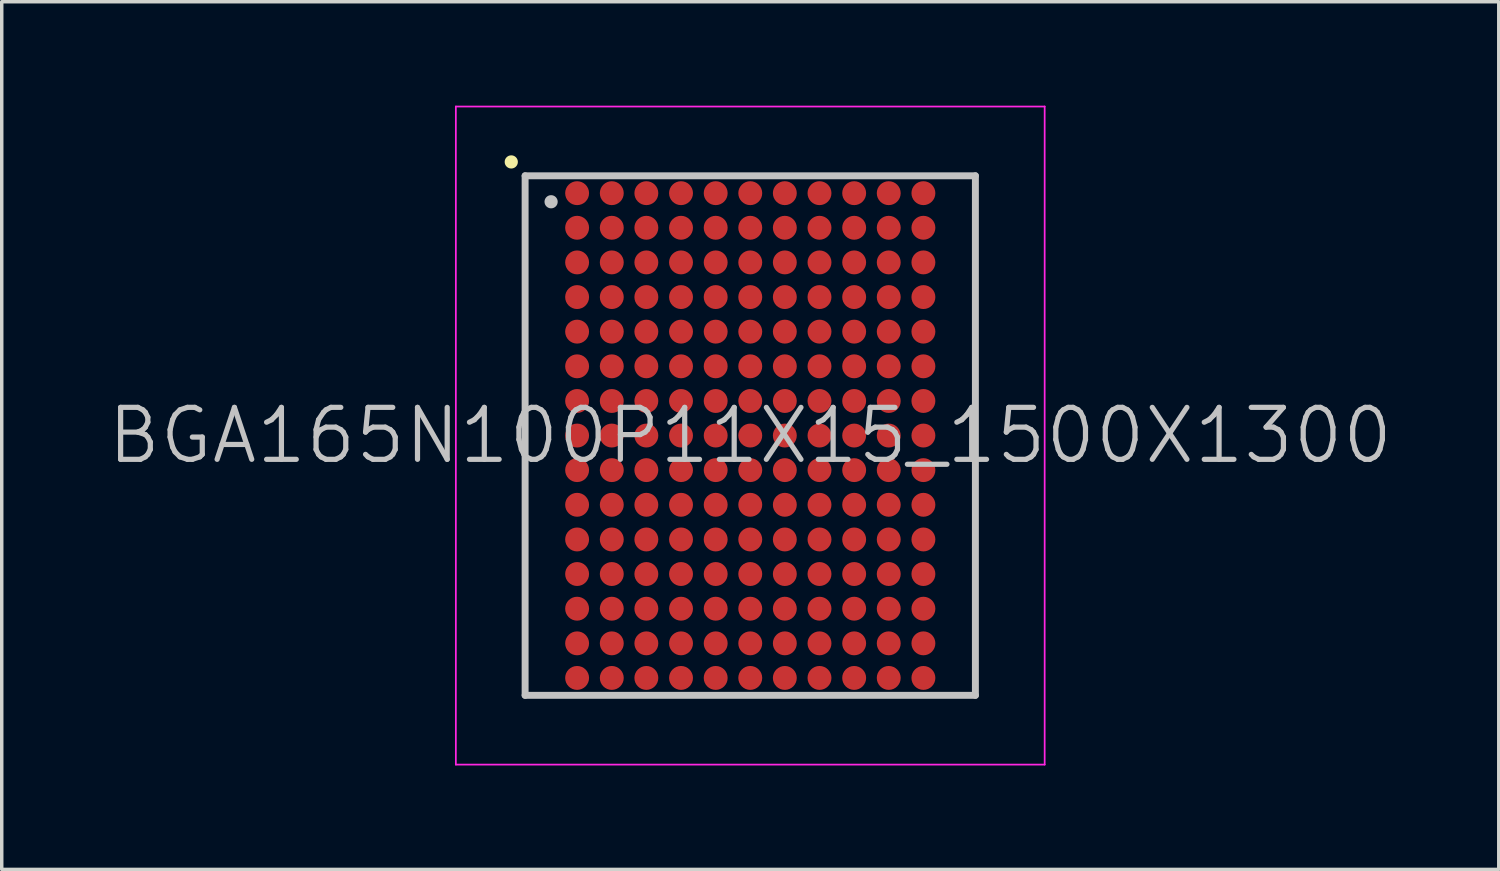
<source format=kicad_pcb>
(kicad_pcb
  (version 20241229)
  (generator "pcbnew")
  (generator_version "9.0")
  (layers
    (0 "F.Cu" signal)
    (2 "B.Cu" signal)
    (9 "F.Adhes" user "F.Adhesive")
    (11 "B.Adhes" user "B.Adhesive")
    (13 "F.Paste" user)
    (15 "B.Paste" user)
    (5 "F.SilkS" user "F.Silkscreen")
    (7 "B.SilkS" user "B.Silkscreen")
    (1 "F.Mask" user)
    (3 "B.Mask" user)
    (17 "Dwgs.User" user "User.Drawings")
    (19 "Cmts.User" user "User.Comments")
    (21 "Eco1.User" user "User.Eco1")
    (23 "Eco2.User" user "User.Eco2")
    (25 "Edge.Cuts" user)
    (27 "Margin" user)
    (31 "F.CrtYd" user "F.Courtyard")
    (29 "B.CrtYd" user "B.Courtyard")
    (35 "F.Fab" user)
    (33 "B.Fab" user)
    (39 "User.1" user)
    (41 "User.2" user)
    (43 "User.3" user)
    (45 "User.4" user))
  (footprint "BGA165N100P11X15_1500X1300"
    (layer "F.Cu")
    (at 18.611 9.525)
    (property "Reference" "BGA165N100P11X15_1500X1300" (at 0 0 0) (layer "Dwgs.User") (effects (font (size 1.5 1.5) (thickness 0.15))))
    (attr smd)
    (fp_line (start -6.9 -7.9) (end -6.9 -7.9) (stroke (width 0.381) (type solid)) (layer "F.SilkS"))
    (fp_line (start -6.5 -7.5) (end -6.5 7.5) (stroke (width 0.2) (type solid)) (layer "Dwgs.User"))
    (fp_line (start -6.5 -7.5) (end 6.5 -7.5) (stroke (width 0.2) (type solid)) (layer "Dwgs.User"))
    (fp_line (start -6.5 7.5) (end 6.5 7.5) (stroke (width 0.2) (type solid)) (layer "Dwgs.User"))
    (fp_line (start -5.75 -6.75) (end -5.75 -6.75) (stroke (width 0.381) (type solid)) (layer "Dwgs.User"))
    (fp_line (start 6.5 -7.5) (end 6.5 7.5) (stroke (width 0.2) (type solid)) (layer "Dwgs.User"))
    (fp_line (start -8.5 -9.5) (end -8.5 9.5) (stroke (width 0.05) (type solid)) (layer "F.CrtYd"))
    (fp_line (start -8.5 -9.5) (end 8.5 -9.5) (stroke (width 0.05) (type solid)) (layer "F.CrtYd"))
    (fp_line (start -8.5 9.5) (end 8.5 9.5) (stroke (width 0.05) (type solid)) (layer "F.CrtYd"))
    (fp_line (start 8.5 -9.5) (end 8.5 9.5) (stroke (width 0.05) (type solid)) (layer "F.CrtYd"))
    (pad "A1" smd circle (at -4.999 -6.998 270) (size 0.69 0.69) (layers "F.Cu" "F.Mask" "F.Paste"))
    (pad "A2" smd circle (at -3.998 -6.998 270) (size 0.69 0.69) (layers "F.Cu" "F.Mask" "F.Paste"))
    (pad "A3" smd circle (at -3 -6.998 270) (size 0.69 0.69) (layers "F.Cu" "F.Mask" "F.Paste"))
    (pad "A4" smd circle (at -1.999 -6.998 270) (size 0.69 0.69) (layers "F.Cu" "F.Mask" "F.Paste"))
    (pad "A5" smd circle (at -0.998 -6.998 270) (size 0.69 0.69) (layers "F.Cu" "F.Mask" "F.Paste"))
    (pad "A6" smd circle (at 0 -6.998 270) (size 0.69 0.69) (layers "F.Cu" "F.Mask" "F.Paste"))
    (pad "A7" smd circle (at 0.998 -6.998 270) (size 0.69 0.69) (layers "F.Cu" "F.Mask" "F.Paste"))
    (pad "A8" smd circle (at 1.999 -6.998 270) (size 0.69 0.69) (layers "F.Cu" "F.Mask" "F.Paste"))
    (pad "A9" smd circle (at 3 -6.998 270) (size 0.69 0.69) (layers "F.Cu" "F.Mask" "F.Paste"))
    (pad "A10" smd circle (at 3.998 -6.998 270) (size 0.69 0.69) (layers "F.Cu" "F.Mask" "F.Paste"))
    (pad "A11" smd circle (at 4.999 -6.998 270) (size 0.69 0.69) (layers "F.Cu" "F.Mask" "F.Paste"))
    (pad "B1" smd circle (at -4.999 -5.999 270) (size 0.69 0.69) (layers "F.Cu" "F.Mask" "F.Paste"))
    (pad "B2" smd circle (at -3.998 -5.999 270) (size 0.69 0.69) (layers "F.Cu" "F.Mask" "F.Paste"))
    (pad "B3" smd circle (at -3 -5.999 270) (size 0.69 0.69) (layers "F.Cu" "F.Mask" "F.Paste"))
    (pad "B4" smd circle (at -1.999 -5.999 270) (size 0.69 0.69) (layers "F.Cu" "F.Mask" "F.Paste"))
    (pad "B5" smd circle (at -0.998 -5.999 270) (size 0.69 0.69) (layers "F.Cu" "F.Mask" "F.Paste"))
    (pad "B6" smd circle (at 0 -5.999 270) (size 0.69 0.69) (layers "F.Cu" "F.Mask" "F.Paste"))
    (pad "B7" smd circle (at 0.998 -5.999 270) (size 0.69 0.69) (layers "F.Cu" "F.Mask" "F.Paste"))
    (pad "B8" smd circle (at 1.999 -5.999 270) (size 0.69 0.69) (layers "F.Cu" "F.Mask" "F.Paste"))
    (pad "B9" smd circle (at 3 -5.999 270) (size 0.69 0.69) (layers "F.Cu" "F.Mask" "F.Paste"))
    (pad "B10" smd circle (at 3.998 -5.999 270) (size 0.69 0.69) (layers "F.Cu" "F.Mask" "F.Paste"))
    (pad "B11" smd circle (at 4.999 -5.999 270) (size 0.69 0.69) (layers "F.Cu" "F.Mask" "F.Paste"))
    (pad "C1" smd circle (at -4.999 -4.999 270) (size 0.69 0.69) (layers "F.Cu" "F.Mask" "F.Paste"))
    (pad "C2" smd circle (at -3.998 -4.999 270) (size 0.69 0.69) (layers "F.Cu" "F.Mask" "F.Paste"))
    (pad "C3" smd circle (at -3 -4.999 270) (size 0.69 0.69) (layers "F.Cu" "F.Mask" "F.Paste"))
    (pad "C4" smd circle (at -1.999 -4.999 270) (size 0.69 0.69) (layers "F.Cu" "F.Mask" "F.Paste"))
    (pad "C5" smd circle (at -0.998 -4.999 270) (size 0.69 0.69) (layers "F.Cu" "F.Mask" "F.Paste"))
    (pad "C6" smd circle (at 0 -4.999 270) (size 0.69 0.69) (layers "F.Cu" "F.Mask" "F.Paste"))
    (pad "C7" smd circle (at 0.998 -4.999 270) (size 0.69 0.69) (layers "F.Cu" "F.Mask" "F.Paste"))
    (pad "C8" smd circle (at 1.999 -4.999 270) (size 0.69 0.69) (layers "F.Cu" "F.Mask" "F.Paste"))
    (pad "C9" smd circle (at 3 -4.999 270) (size 0.69 0.69) (layers "F.Cu" "F.Mask" "F.Paste"))
    (pad "C10" smd circle (at 3.998 -4.999 270) (size 0.69 0.69) (layers "F.Cu" "F.Mask" "F.Paste"))
    (pad "C11" smd circle (at 4.999 -4.999 270) (size 0.69 0.69) (layers "F.Cu" "F.Mask" "F.Paste"))
    (pad "D1" smd circle (at -4.999 -3.998 270) (size 0.69 0.69) (layers "F.Cu" "F.Mask" "F.Paste"))
    (pad "D2" smd circle (at -3.998 -3.998 270) (size 0.69 0.69) (layers "F.Cu" "F.Mask" "F.Paste"))
    (pad "D3" smd circle (at -3 -3.998 270) (size 0.69 0.69) (layers "F.Cu" "F.Mask" "F.Paste"))
    (pad "D4" smd circle (at -1.999 -3.998 270) (size 0.69 0.69) (layers "F.Cu" "F.Mask" "F.Paste"))
    (pad "D5" smd circle (at -0.998 -3.998 270) (size 0.69 0.69) (layers "F.Cu" "F.Mask" "F.Paste"))
    (pad "D6" smd circle (at 0 -3.998 270) (size 0.69 0.69) (layers "F.Cu" "F.Mask" "F.Paste"))
    (pad "D7" smd circle (at 0.998 -3.998 270) (size 0.69 0.69) (layers "F.Cu" "F.Mask" "F.Paste"))
    (pad "D8" smd circle (at 1.999 -3.998 270) (size 0.69 0.69) (layers "F.Cu" "F.Mask" "F.Paste"))
    (pad "D9" smd circle (at 3 -3.998 270) (size 0.69 0.69) (layers "F.Cu" "F.Mask" "F.Paste"))
    (pad "D10" smd circle (at 3.998 -3.998 270) (size 0.69 0.69) (layers "F.Cu" "F.Mask" "F.Paste"))
    (pad "D11" smd circle (at 4.999 -3.998 270) (size 0.69 0.69) (layers "F.Cu" "F.Mask" "F.Paste"))
    (pad "E1" smd circle (at -4.999 -3 270) (size 0.69 0.69) (layers "F.Cu" "F.Mask" "F.Paste"))
    (pad "E2" smd circle (at -3.998 -3 270) (size 0.69 0.69) (layers "F.Cu" "F.Mask" "F.Paste"))
    (pad "E3" smd circle (at -3 -3 270) (size 0.69 0.69) (layers "F.Cu" "F.Mask" "F.Paste"))
    (pad "E4" smd circle (at -1.999 -3 270) (size 0.69 0.69) (layers "F.Cu" "F.Mask" "F.Paste"))
    (pad "E5" smd circle (at -0.998 -3 270) (size 0.69 0.69) (layers "F.Cu" "F.Mask" "F.Paste"))
    (pad "E6" smd circle (at 0 -3 270) (size 0.69 0.69) (layers "F.Cu" "F.Mask" "F.Paste"))
    (pad "E7" smd circle (at 0.998 -3 270) (size 0.69 0.69) (layers "F.Cu" "F.Mask" "F.Paste"))
    (pad "E8" smd circle (at 1.999 -3 270) (size 0.69 0.69) (layers "F.Cu" "F.Mask" "F.Paste"))
    (pad "E9" smd circle (at 3 -3 270) (size 0.69 0.69) (layers "F.Cu" "F.Mask" "F.Paste"))
    (pad "E10" smd circle (at 3.998 -3 270) (size 0.69 0.69) (layers "F.Cu" "F.Mask" "F.Paste"))
    (pad "E11" smd circle (at 4.999 -3 270) (size 0.69 0.69) (layers "F.Cu" "F.Mask" "F.Paste"))
    (pad "F1" smd circle (at -4.999 -1.999 270) (size 0.69 0.69) (layers "F.Cu" "F.Mask" "F.Paste"))
    (pad "F2" smd circle (at -3.998 -1.999 270) (size 0.69 0.69) (layers "F.Cu" "F.Mask" "F.Paste"))
    (pad "F3" smd circle (at -3 -1.999 270) (size 0.69 0.69) (layers "F.Cu" "F.Mask" "F.Paste"))
    (pad "F4" smd circle (at -1.999 -1.999 270) (size 0.69 0.69) (layers "F.Cu" "F.Mask" "F.Paste"))
    (pad "F5" smd circle (at -0.998 -1.999 270) (size 0.69 0.69) (layers "F.Cu" "F.Mask" "F.Paste"))
    (pad "F6" smd circle (at 0 -1.999 270) (size 0.69 0.69) (layers "F.Cu" "F.Mask" "F.Paste"))
    (pad "F7" smd circle (at 0.998 -1.999 270) (size 0.69 0.69) (layers "F.Cu" "F.Mask" "F.Paste"))
    (pad "F8" smd circle (at 1.999 -1.999 270) (size 0.69 0.69) (layers "F.Cu" "F.Mask" "F.Paste"))
    (pad "F9" smd circle (at 3 -1.999 270) (size 0.69 0.69) (layers "F.Cu" "F.Mask" "F.Paste"))
    (pad "F10" smd circle (at 3.998 -1.999 270) (size 0.69 0.69) (layers "F.Cu" "F.Mask" "F.Paste"))
    (pad "F11" smd circle (at 4.999 -1.999 270) (size 0.69 0.69) (layers "F.Cu" "F.Mask" "F.Paste"))
    (pad "G1" smd circle (at -4.999 -0.998 270) (size 0.69 0.69) (layers "F.Cu" "F.Mask" "F.Paste"))
    (pad "G2" smd circle (at -3.998 -0.998 270) (size 0.69 0.69) (layers "F.Cu" "F.Mask" "F.Paste"))
    (pad "G3" smd circle (at -3 -0.998 270) (size 0.69 0.69) (layers "F.Cu" "F.Mask" "F.Paste"))
    (pad "G4" smd circle (at -1.999 -0.998 270) (size 0.69 0.69) (layers "F.Cu" "F.Mask" "F.Paste"))
    (pad "G5" smd circle (at -0.998 -0.998 270) (size 0.69 0.69) (layers "F.Cu" "F.Mask" "F.Paste"))
    (pad "G6" smd circle (at 0 -0.998 270) (size 0.69 0.69) (layers "F.Cu" "F.Mask" "F.Paste"))
    (pad "G7" smd circle (at 0.998 -0.998 270) (size 0.69 0.69) (layers "F.Cu" "F.Mask" "F.Paste"))
    (pad "G8" smd circle (at 1.999 -0.998 270) (size 0.69 0.69) (layers "F.Cu" "F.Mask" "F.Paste"))
    (pad "G9" smd circle (at 3 -0.998 270) (size 0.69 0.69) (layers "F.Cu" "F.Mask" "F.Paste"))
    (pad "G10" smd circle (at 3.998 -0.998 270) (size 0.69 0.69) (layers "F.Cu" "F.Mask" "F.Paste"))
    (pad "G11" smd circle (at 4.999 -0.998 270) (size 0.69 0.69) (layers "F.Cu" "F.Mask" "F.Paste"))
    (pad "H1" smd circle (at -4.999 0 270) (size 0.69 0.69) (layers "F.Cu" "F.Mask" "F.Paste"))
    (pad "H2" smd circle (at -3.998 0 270) (size 0.69 0.69) (layers "F.Cu" "F.Mask" "F.Paste"))
    (pad "H3" smd circle (at -3 0 270) (size 0.69 0.69) (layers "F.Cu" "F.Mask" "F.Paste"))
    (pad "H4" smd circle (at -1.999 0 270) (size 0.69 0.69) (layers "F.Cu" "F.Mask" "F.Paste"))
    (pad "H5" smd circle (at -0.998 0 270) (size 0.69 0.69) (layers "F.Cu" "F.Mask" "F.Paste"))
    (pad "H6" smd circle (at 0 0 270) (size 0.69 0.69) (layers "F.Cu" "F.Mask" "F.Paste"))
    (pad "H7" smd circle (at 0.998 0 270) (size 0.69 0.69) (layers "F.Cu" "F.Mask" "F.Paste"))
    (pad "H8" smd circle (at 1.999 0 270) (size 0.69 0.69) (layers "F.Cu" "F.Mask" "F.Paste"))
    (pad "H9" smd circle (at 3 0 270) (size 0.69 0.69) (layers "F.Cu" "F.Mask" "F.Paste"))
    (pad "H10" smd circle (at 3.998 0 270) (size 0.69 0.69) (layers "F.Cu" "F.Mask" "F.Paste"))
    (pad "H11" smd circle (at 4.999 0 270) (size 0.69 0.69) (layers "F.Cu" "F.Mask" "F.Paste"))
    (pad "J1" smd circle (at -4.999 0.998 270) (size 0.69 0.69) (layers "F.Cu" "F.Mask" "F.Paste"))
    (pad "J2" smd circle (at -3.998 0.998 270) (size 0.69 0.69) (layers "F.Cu" "F.Mask" "F.Paste"))
    (pad "J3" smd circle (at -3 0.998 270) (size 0.69 0.69) (layers "F.Cu" "F.Mask" "F.Paste"))
    (pad "J4" smd circle (at -1.999 0.998 270) (size 0.69 0.69) (layers "F.Cu" "F.Mask" "F.Paste"))
    (pad "J5" smd circle (at -0.998 0.998 270) (size 0.69 0.69) (layers "F.Cu" "F.Mask" "F.Paste"))
    (pad "J6" smd circle (at 0 0.998 270) (size 0.69 0.69) (layers "F.Cu" "F.Mask" "F.Paste"))
    (pad "J7" smd circle (at 0.998 0.998 270) (size 0.69 0.69) (layers "F.Cu" "F.Mask" "F.Paste"))
    (pad "J8" smd circle (at 1.999 0.998 270) (size 0.69 0.69) (layers "F.Cu" "F.Mask" "F.Paste"))
    (pad "J9" smd circle (at 3 0.998 270) (size 0.69 0.69) (layers "F.Cu" "F.Mask" "F.Paste"))
    (pad "J10" smd circle (at 3.998 0.998 270) (size 0.69 0.69) (layers "F.Cu" "F.Mask" "F.Paste"))
    (pad "J11" smd circle (at 4.999 0.998 270) (size 0.69 0.69) (layers "F.Cu" "F.Mask" "F.Paste"))
    (pad "K1" smd circle (at -4.999 1.999 270) (size 0.69 0.69) (layers "F.Cu" "F.Mask" "F.Paste"))
    (pad "K2" smd circle (at -3.998 1.999 270) (size 0.69 0.69) (layers "F.Cu" "F.Mask" "F.Paste"))
    (pad "K3" smd circle (at -3 1.999 270) (size 0.69 0.69) (layers "F.Cu" "F.Mask" "F.Paste"))
    (pad "K4" smd circle (at -1.999 1.999 270) (size 0.69 0.69) (layers "F.Cu" "F.Mask" "F.Paste"))
    (pad "K5" smd circle (at -0.998 1.999 270) (size 0.69 0.69) (layers "F.Cu" "F.Mask" "F.Paste"))
    (pad "K6" smd circle (at 0 1.999 270) (size 0.69 0.69) (layers "F.Cu" "F.Mask" "F.Paste"))
    (pad "K7" smd circle (at 0.998 1.999 270) (size 0.69 0.69) (layers "F.Cu" "F.Mask" "F.Paste"))
    (pad "K8" smd circle (at 1.999 1.999 270) (size 0.69 0.69) (layers "F.Cu" "F.Mask" "F.Paste"))
    (pad "K9" smd circle (at 3 1.999 270) (size 0.69 0.69) (layers "F.Cu" "F.Mask" "F.Paste"))
    (pad "K10" smd circle (at 3.998 1.999 270) (size 0.69 0.69) (layers "F.Cu" "F.Mask" "F.Paste"))
    (pad "K11" smd circle (at 4.999 1.999 270) (size 0.69 0.69) (layers "F.Cu" "F.Mask" "F.Paste"))
    (pad "L1" smd circle (at -4.999 3 270) (size 0.69 0.69) (layers "F.Cu" "F.Mask" "F.Paste"))
    (pad "L2" smd circle (at -3.998 3 270) (size 0.69 0.69) (layers "F.Cu" "F.Mask" "F.Paste"))
    (pad "L3" smd circle (at -3 3 270) (size 0.69 0.69) (layers "F.Cu" "F.Mask" "F.Paste"))
    (pad "L4" smd circle (at -1.999 3 270) (size 0.69 0.69) (layers "F.Cu" "F.Mask" "F.Paste"))
    (pad "L5" smd circle (at -0.998 3 270) (size 0.69 0.69) (layers "F.Cu" "F.Mask" "F.Paste"))
    (pad "L6" smd circle (at 0 3 270) (size 0.69 0.69) (layers "F.Cu" "F.Mask" "F.Paste"))
    (pad "L7" smd circle (at 0.998 3 270) (size 0.69 0.69) (layers "F.Cu" "F.Mask" "F.Paste"))
    (pad "L8" smd circle (at 1.999 3 270) (size 0.69 0.69) (layers "F.Cu" "F.Mask" "F.Paste"))
    (pad "L9" smd circle (at 3 3 270) (size 0.69 0.69) (layers "F.Cu" "F.Mask" "F.Paste"))
    (pad "L10" smd circle (at 3.998 3 270) (size 0.69 0.69) (layers "F.Cu" "F.Mask" "F.Paste"))
    (pad "L11" smd circle (at 4.999 3 270) (size 0.69 0.69) (layers "F.Cu" "F.Mask" "F.Paste"))
    (pad "M1" smd circle (at -4.999 3.998 270) (size 0.69 0.69) (layers "F.Cu" "F.Mask" "F.Paste"))
    (pad "M2" smd circle (at -3.998 3.998 270) (size 0.69 0.69) (layers "F.Cu" "F.Mask" "F.Paste"))
    (pad "M3" smd circle (at -3 3.998 270) (size 0.69 0.69) (layers "F.Cu" "F.Mask" "F.Paste"))
    (pad "M4" smd circle (at -1.999 3.998 270) (size 0.69 0.69) (layers "F.Cu" "F.Mask" "F.Paste"))
    (pad "M5" smd circle (at -0.998 3.998 270) (size 0.69 0.69) (layers "F.Cu" "F.Mask" "F.Paste"))
    (pad "M6" smd circle (at 0 3.998 270) (size 0.69 0.69) (layers "F.Cu" "F.Mask" "F.Paste"))
    (pad "M7" smd circle (at 0.998 3.998 270) (size 0.69 0.69) (layers "F.Cu" "F.Mask" "F.Paste"))
    (pad "M8" smd circle (at 1.999 3.998 270) (size 0.69 0.69) (layers "F.Cu" "F.Mask" "F.Paste"))
    (pad "M9" smd circle (at 3 3.998 270) (size 0.69 0.69) (layers "F.Cu" "F.Mask" "F.Paste"))
    (pad "M10" smd circle (at 3.998 3.998 270) (size 0.69 0.69) (layers "F.Cu" "F.Mask" "F.Paste"))
    (pad "M11" smd circle (at 4.999 3.998 270) (size 0.69 0.69) (layers "F.Cu" "F.Mask" "F.Paste"))
    (pad "N1" smd circle (at -4.999 4.999 270) (size 0.69 0.69) (layers "F.Cu" "F.Mask" "F.Paste"))
    (pad "N2" smd circle (at -3.998 4.999 270) (size 0.69 0.69) (layers "F.Cu" "F.Mask" "F.Paste"))
    (pad "N3" smd circle (at -3 4.999 270) (size 0.69 0.69) (layers "F.Cu" "F.Mask" "F.Paste"))
    (pad "N4" smd circle (at -1.999 4.999 270) (size 0.69 0.69) (layers "F.Cu" "F.Mask" "F.Paste"))
    (pad "N5" smd circle (at -0.998 4.999 270) (size 0.69 0.69) (layers "F.Cu" "F.Mask" "F.Paste"))
    (pad "N6" smd circle (at 0 4.999 270) (size 0.69 0.69) (layers "F.Cu" "F.Mask" "F.Paste"))
    (pad "N7" smd circle (at 0.998 4.999 270) (size 0.69 0.69) (layers "F.Cu" "F.Mask" "F.Paste"))
    (pad "N8" smd circle (at 1.999 4.999 270) (size 0.69 0.69) (layers "F.Cu" "F.Mask" "F.Paste"))
    (pad "N9" smd circle (at 3 4.999 270) (size 0.69 0.69) (layers "F.Cu" "F.Mask" "F.Paste"))
    (pad "N10" smd circle (at 3.998 4.999 270) (size 0.69 0.69) (layers "F.Cu" "F.Mask" "F.Paste"))
    (pad "N11" smd circle (at 4.999 4.999 270) (size 0.69 0.69) (layers "F.Cu" "F.Mask" "F.Paste"))
    (pad "P1" smd circle (at -4.999 5.999 270) (size 0.69 0.69) (layers "F.Cu" "F.Mask" "F.Paste"))
    (pad "P2" smd circle (at -3.998 5.999 270) (size 0.69 0.69) (layers "F.Cu" "F.Mask" "F.Paste"))
    (pad "P3" smd circle (at -3 5.999 270) (size 0.69 0.69) (layers "F.Cu" "F.Mask" "F.Paste"))
    (pad "P4" smd circle (at -1.999 5.999 270) (size 0.69 0.69) (layers "F.Cu" "F.Mask" "F.Paste"))
    (pad "P5" smd circle (at -0.998 5.999 270) (size 0.69 0.69) (layers "F.Cu" "F.Mask" "F.Paste"))
    (pad "P6" smd circle (at 0 5.999 270) (size 0.69 0.69) (layers "F.Cu" "F.Mask" "F.Paste"))
    (pad "P7" smd circle (at 0.998 5.999 270) (size 0.69 0.69) (layers "F.Cu" "F.Mask" "F.Paste"))
    (pad "P8" smd circle (at 1.999 5.999 270) (size 0.69 0.69) (layers "F.Cu" "F.Mask" "F.Paste"))
    (pad "P9" smd circle (at 3 5.999 270) (size 0.69 0.69) (layers "F.Cu" "F.Mask" "F.Paste"))
    (pad "P10" smd circle (at 3.998 5.999 270) (size 0.69 0.69) (layers "F.Cu" "F.Mask" "F.Paste"))
    (pad "P11" smd circle (at 4.999 5.999 270) (size 0.69 0.69) (layers "F.Cu" "F.Mask" "F.Paste"))
    (pad "R1" smd circle (at -4.999 6.998 270) (size 0.69 0.69) (layers "F.Cu" "F.Mask" "F.Paste"))
    (pad "R2" smd circle (at -3.998 6.998 270) (size 0.69 0.69) (layers "F.Cu" "F.Mask" "F.Paste"))
    (pad "R3" smd circle (at -3 6.998 270) (size 0.69 0.69) (layers "F.Cu" "F.Mask" "F.Paste"))
    (pad "R4" smd circle (at -1.999 6.998 270) (size 0.69 0.69) (layers "F.Cu" "F.Mask" "F.Paste"))
    (pad "R5" smd circle (at -0.998 6.998 270) (size 0.69 0.69) (layers "F.Cu" "F.Mask" "F.Paste"))
    (pad "R6" smd circle (at 0 6.998 270) (size 0.69 0.69) (layers "F.Cu" "F.Mask" "F.Paste"))
    (pad "R7" smd circle (at 0.998 6.998 270) (size 0.69 0.69) (layers "F.Cu" "F.Mask" "F.Paste"))
    (pad "R8" smd circle (at 1.999 6.998 270) (size 0.69 0.69) (layers "F.Cu" "F.Mask" "F.Paste"))
    (pad "R9" smd circle (at 3 6.998 270) (size 0.69 0.69) (layers "F.Cu" "F.Mask" "F.Paste"))
    (pad "R10" smd circle (at 3.998 6.998 270) (size 0.69 0.69) (layers "F.Cu" "F.Mask" "F.Paste"))
    (pad "R11" smd circle (at 4.999 6.998 270) (size 0.69 0.69) (layers "F.Cu" "F.Mask" "F.Paste")))
  (gr_rect
    (start -3 -3)
    (end 40.221 22.05)
    (stroke (width 0.1) (type default))
    (fill no)
    (layer "Edge.Cuts")))
</source>
